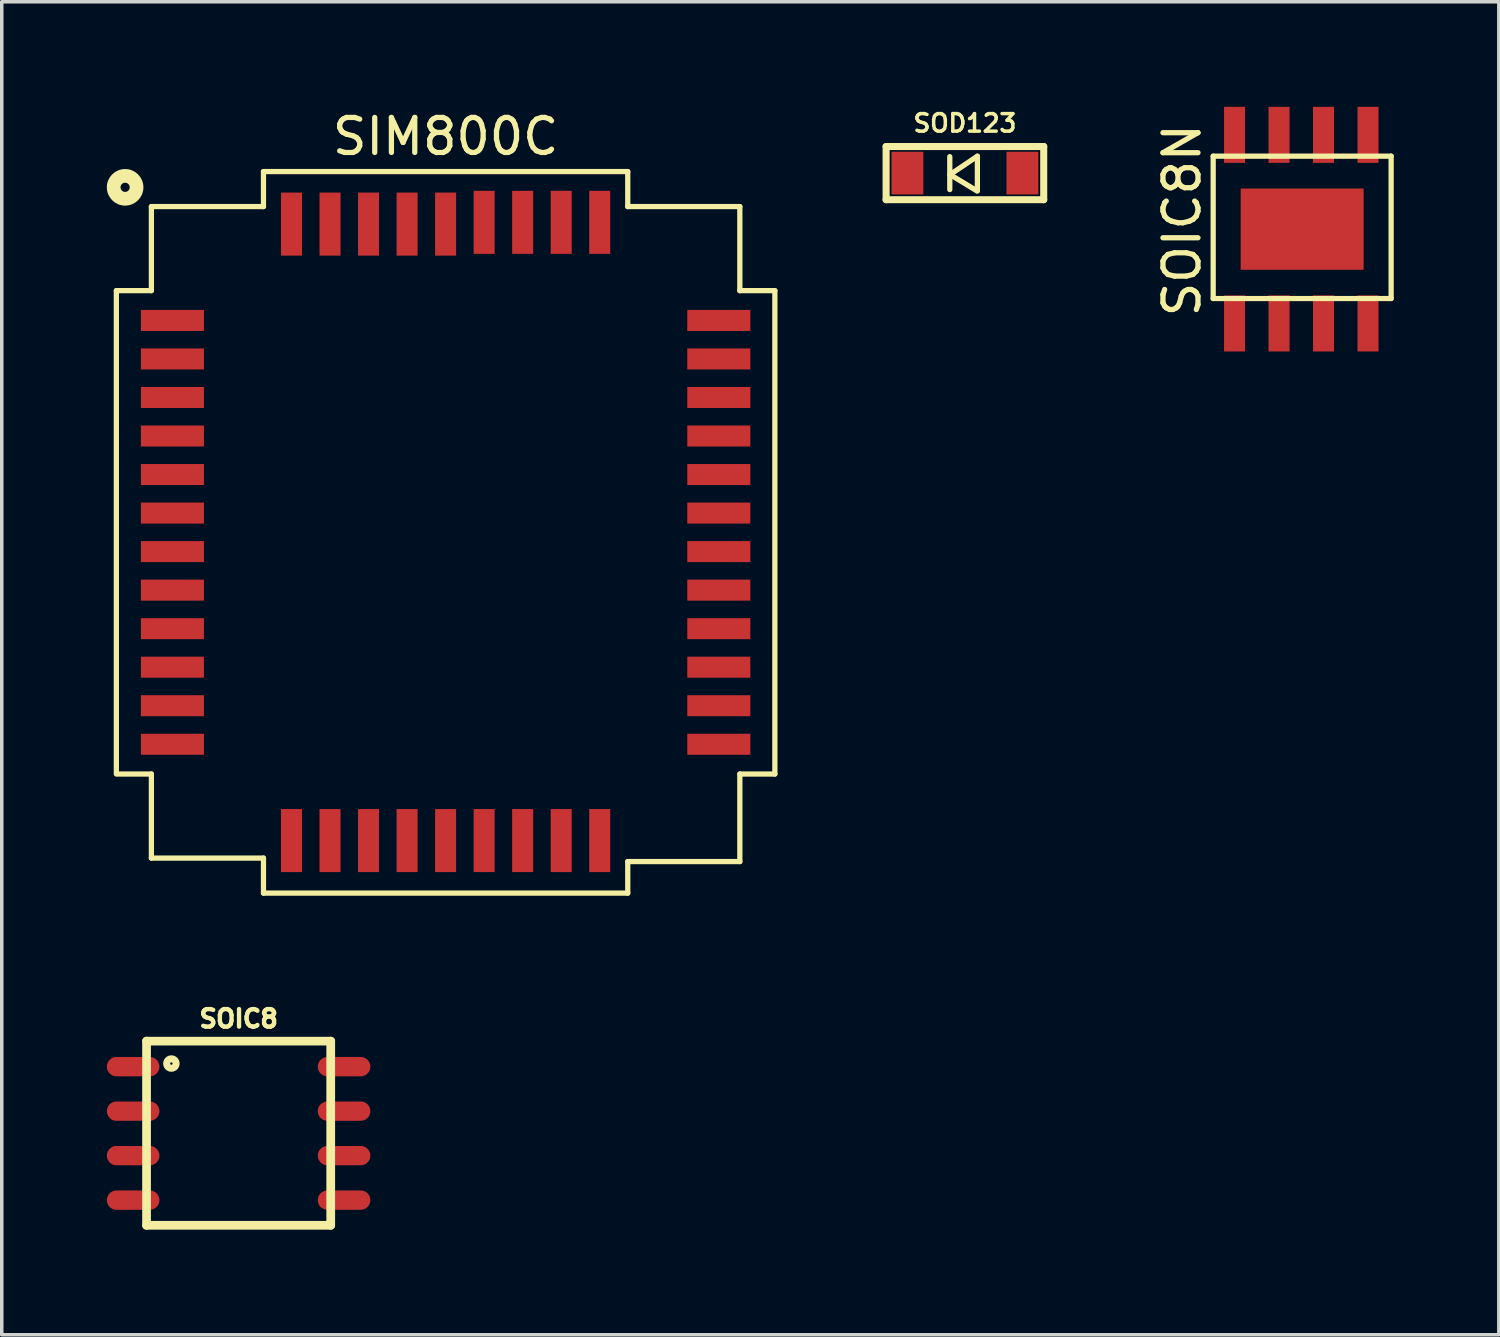
<source format=kicad_pcb>
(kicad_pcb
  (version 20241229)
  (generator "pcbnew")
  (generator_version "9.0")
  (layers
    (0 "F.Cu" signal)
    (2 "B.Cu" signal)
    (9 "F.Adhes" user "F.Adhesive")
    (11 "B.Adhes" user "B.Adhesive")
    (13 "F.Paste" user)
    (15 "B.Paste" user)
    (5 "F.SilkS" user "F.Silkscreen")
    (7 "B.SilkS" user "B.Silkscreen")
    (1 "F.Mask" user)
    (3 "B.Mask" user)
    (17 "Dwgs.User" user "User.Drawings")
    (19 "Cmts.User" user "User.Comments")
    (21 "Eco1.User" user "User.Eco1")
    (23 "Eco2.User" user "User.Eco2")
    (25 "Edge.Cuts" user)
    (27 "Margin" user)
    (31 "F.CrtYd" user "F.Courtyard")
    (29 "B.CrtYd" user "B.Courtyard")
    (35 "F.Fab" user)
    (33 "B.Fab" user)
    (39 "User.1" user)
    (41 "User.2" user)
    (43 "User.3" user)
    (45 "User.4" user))
  (footprint "SOD123"
    (layer "F.Cu")
    (at 24.498 1.892)
    (property "Reference" "SOD123" (at 0 -1.425 0) (layer "F.SilkS") (effects (font (size 0.5 0.5) (thickness 0.099))))
    (attr through_hole)
    (fp_line (start -2.25 -0.759) (end -2.25 0.759) (stroke (width 0.201) (type solid)) (layer "F.SilkS"))
    (fp_line (start -2.25 0.759) (end 2.25 0.759) (stroke (width 0.201) (type solid)) (layer "F.SilkS"))
    (fp_line (start -0.432 -0.47) (end -0.432 0.47) (stroke (width 0.15) (type solid)) (layer "F.SilkS"))
    (fp_line (start -0.381 0.013) (end 0.356 -0.483) (stroke (width 0.15) (type solid)) (layer "F.SilkS"))
    (fp_line (start 0.343 0.508) (end -0.432 0.038) (stroke (width 0.15) (type solid)) (layer "F.SilkS"))
    (fp_line (start 0.356 -0.483) (end 0.356 0.508) (stroke (width 0.15) (type solid)) (layer "F.SilkS"))
    (fp_line (start 2.25 -0.759) (end -2.25 -0.759) (stroke (width 0.201) (type solid)) (layer "F.SilkS"))
    (fp_line (start 2.25 0.759) (end 2.25 -0.759) (stroke (width 0.201) (type solid)) (layer "F.SilkS"))
    (pad "1" smd rect (at -1.641 0) (size 0.909 1.219) (layers "F.Cu" "F.Mask" "F.Paste"))
    (pad "2" smd rect (at 1.641 0) (size 0.909 1.219) (layers "F.Cu" "F.Mask" "F.Paste")))
  (footprint "SOIC8N"
    (layer "F.Cu")
    (at 34.126 3.492)
    (property "Reference" "SOIC8N" (at -3.429 -0.254 90) (layer "F.SilkS") (effects (font (size 1 1) (thickness 0.15))))
    (attr through_hole)
    (fp_line (start -2.54 -2.083) (end 2.54 -2.083) (stroke (width 0.15) (type solid)) (layer "F.SilkS"))
    (fp_line (start -2.54 1.981) (end -2.54 -2.083) (stroke (width 0.15) (type solid)) (layer "F.SilkS"))
    (fp_line (start 2.54 -2.083) (end 2.54 1.981) (stroke (width 0.15) (type solid)) (layer "F.SilkS"))
    (fp_line (start 2.54 1.981) (end -2.54 1.981) (stroke (width 0.15) (type solid)) (layer "F.SilkS"))
    (pad "1" smd rect (at -1.93 2.692) (size 0.6 1.6) (layers "F.Cu" "F.Mask" "F.Paste"))
    (pad "2" smd rect (at -0.66 2.692) (size 0.6 1.6) (layers "F.Cu" "F.Mask" "F.Paste"))
    (pad "3" smd rect (at 0.61 2.692) (size 0.6 1.6) (layers "F.Cu" "F.Mask" "F.Paste"))
    (pad "4" smd rect (at 0 0) (size 3.51 2.32) (layers "F.Cu" "F.Mask" "F.Paste"))
    (pad "4" smd rect (at 1.88 2.692) (size 0.6 1.6) (layers "F.Cu" "F.Mask" "F.Paste"))
    (pad "5" smd rect (at 1.88 -2.692) (size 0.6 1.6) (layers "F.Cu" "F.Mask" "F.Paste"))
    (pad "6" smd rect (at 0.61 -2.692) (size 0.6 1.6) (layers "F.Cu" "F.Mask" "F.Paste"))
    (pad "7" smd rect (at -0.66 -2.692) (size 0.6 1.6) (layers "F.Cu" "F.Mask" "F.Paste"))
    (pad "8" smd rect (at -1.93 -2.692) (size 0.6 1.6) (layers "F.Cu" "F.Mask" "F.Paste")))
  (footprint "SIM800C"
    (layer "F.Cu")
    (at 9.672 12.148)
    (property "Reference" "SIM800C" (at 0 -11.3 0) (layer "F.SilkS") (effects (font (size 1 1) (thickness 0.15))))
    (attr through_hole)
    (fp_line (start -9.4 -6.9) (end -8.4 -6.9) (stroke (width 0.15) (type solid)) (layer "F.SilkS"))
    (fp_line (start -9.4 6.9) (end -9.4 -6.9) (stroke (width 0.15) (type solid)) (layer "F.SilkS"))
    (fp_line (start -8.4 -9.3) (end -5.2 -9.3) (stroke (width 0.15) (type solid)) (layer "F.SilkS"))
    (fp_line (start -8.4 -6.9) (end -8.4 -9.3) (stroke (width 0.15) (type solid)) (layer "F.SilkS"))
    (fp_line (start -8.4 6.9) (end -9.35 6.9) (stroke (width 0.15) (type solid)) (layer "F.SilkS"))
    (fp_line (start -8.4 9.3) (end -8.4 6.9) (stroke (width 0.15) (type solid)) (layer "F.SilkS"))
    (fp_line (start -5.2 -10.3) (end 5.2 -10.3) (stroke (width 0.15) (type solid)) (layer "F.SilkS"))
    (fp_line (start -5.2 -9.3) (end -5.2 -10.3) (stroke (width 0.15) (type solid)) (layer "F.SilkS"))
    (fp_line (start -5.2 9.3) (end -8.4 9.3) (stroke (width 0.15) (type solid)) (layer "F.SilkS"))
    (fp_line (start -5.2 10.3) (end -5.2 9.3) (stroke (width 0.15) (type solid)) (layer "F.SilkS"))
    (fp_line (start 5.2 -10.3) (end 5.2 -9.3) (stroke (width 0.15) (type solid)) (layer "F.SilkS"))
    (fp_line (start 5.2 -9.3) (end 8.4 -9.3) (stroke (width 0.15) (type solid)) (layer "F.SilkS"))
    (fp_line (start 5.2 9.4) (end 8.4 9.4) (stroke (width 0.15) (type solid)) (layer "F.SilkS"))
    (fp_line (start 5.2 10.3) (end -5.2 10.3) (stroke (width 0.15) (type solid)) (layer "F.SilkS"))
    (fp_line (start 5.2 10.3) (end 5.2 9.4) (stroke (width 0.15) (type solid)) (layer "F.SilkS"))
    (fp_line (start 8.4 -9.3) (end 8.4 -6.9) (stroke (width 0.15) (type solid)) (layer "F.SilkS"))
    (fp_line (start 8.4 9.4) (end 8.4 6.9) (stroke (width 0.15) (type solid)) (layer "F.SilkS"))
    (fp_line (start 9.4 -6.9) (end 8.4 -6.9) (stroke (width 0.15) (type solid)) (layer "F.SilkS"))
    (fp_line (start 9.4 -6.9) (end 9.4 6.9) (stroke (width 0.15) (type solid)) (layer "F.SilkS"))
    (fp_line (start 9.4 6.9) (end 8.4 6.9) (stroke (width 0.15) (type solid)) (layer "F.SilkS"))
    (fp_circle (center -9.15 -9.85) (end -8.95 -9.8) (stroke (width 0.15) (type solid)) (fill no) (layer "F.SilkS"))
    (fp_circle (center -9.15 -9.85) (end -8.85 -9.75) (stroke (width 0.15) (type solid)) (fill no) (layer "F.SilkS"))
    (fp_circle (center -9.15 -9.85) (end -8.75 -9.65) (stroke (width 0.15) (type solid)) (fill no) (layer "F.SilkS"))
    (pad "1" smd rect (at -7.8 -6.05 90) (size 0.6 1.8) (layers "F.Cu" "F.Mask" "F.Paste"))
    (pad "2" smd rect (at -7.8 -4.95 90) (size 0.6 1.8) (layers "F.Cu" "F.Mask" "F.Paste"))
    (pad "3" smd rect (at -7.8 -3.85 90) (size 0.6 1.8) (layers "F.Cu" "F.Mask" "F.Paste"))
    (pad "4" smd rect (at -7.8 -2.75 90) (size 0.6 1.8) (layers "F.Cu" "F.Mask" "F.Paste"))
    (pad "5" smd rect (at -7.8 -1.65 90) (size 0.6 1.8) (layers "F.Cu" "F.Mask" "F.Paste"))
    (pad "6" smd rect (at -7.8 -0.55 90) (size 0.6 1.8) (layers "F.Cu" "F.Mask" "F.Paste"))
    (pad "7" smd rect (at -7.8 0.55 90) (size 0.6 1.8) (layers "F.Cu" "F.Mask" "F.Paste"))
    (pad "8" smd rect (at -7.8 1.65 90) (size 0.6 1.8) (layers "F.Cu" "F.Mask" "F.Paste"))
    (pad "9" smd rect (at -7.8 2.75 90) (size 0.6 1.8) (layers "F.Cu" "F.Mask" "F.Paste"))
    (pad "10" smd rect (at -7.8 3.85 90) (size 0.6 1.8) (layers "F.Cu" "F.Mask" "F.Paste"))
    (pad "11" smd rect (at -7.8 4.95 90) (size 0.6 1.8) (layers "F.Cu" "F.Mask" "F.Paste"))
    (pad "12" smd rect (at -7.8 6.05 90) (size 0.6 1.8) (layers "F.Cu" "F.Mask" "F.Paste"))
    (pad "13" smd rect (at -4.4 8.8 180) (size 0.6 1.8) (layers "F.Cu" "F.Mask" "F.Paste"))
    (pad "14" smd rect (at -3.3 8.8 180) (size 0.6 1.8) (layers "F.Cu" "F.Mask" "F.Paste"))
    (pad "15" smd rect (at -2.2 8.8 180) (size 0.6 1.8) (layers "F.Cu" "F.Mask" "F.Paste"))
    (pad "16" smd rect (at -1.1 8.8 180) (size 0.6 1.8) (layers "F.Cu" "F.Mask" "F.Paste"))
    (pad "17" smd rect (at 0 8.8 180) (size 0.6 1.8) (layers "F.Cu" "F.Mask" "F.Paste"))
    (pad "18" smd rect (at 1.1 8.8 180) (size 0.6 1.8) (layers "F.Cu" "F.Mask" "F.Paste"))
    (pad "19" smd rect (at 2.2 8.8 180) (size 0.6 1.8) (layers "F.Cu" "F.Mask" "F.Paste"))
    (pad "20" smd rect (at 3.3 8.8 180) (size 0.6 1.8) (layers "F.Cu" "F.Mask" "F.Paste"))
    (pad "21" smd rect (at 4.4 8.8 180) (size 0.6 1.8) (layers "F.Cu" "F.Mask" "F.Paste"))
    (pad "22" smd rect (at 7.8 6.05 90) (size 0.6 1.8) (layers "F.Cu" "F.Mask" "F.Paste"))
    (pad "23" smd rect (at 7.8 4.95 90) (size 0.6 1.8) (layers "F.Cu" "F.Mask" "F.Paste"))
    (pad "24" smd rect (at 7.8 3.85 90) (size 0.6 1.8) (layers "F.Cu" "F.Mask" "F.Paste"))
    (pad "25" smd rect (at 7.8 2.75 90) (size 0.6 1.8) (layers "F.Cu" "F.Mask" "F.Paste"))
    (pad "26" smd rect (at 7.8 1.65 90) (size 0.6 1.8) (layers "F.Cu" "F.Mask" "F.Paste"))
    (pad "27" smd rect (at 7.8 0.55 90) (size 0.6 1.8) (layers "F.Cu" "F.Mask" "F.Paste"))
    (pad "28" smd rect (at 7.8 -0.55 90) (size 0.6 1.8) (layers "F.Cu" "F.Mask" "F.Paste"))
    (pad "29" smd rect (at 7.8 -1.65 90) (size 0.6 1.8) (layers "F.Cu" "F.Mask" "F.Paste"))
    (pad "30" smd rect (at 7.8 -2.75 90) (size 0.6 1.8) (layers "F.Cu" "F.Mask" "F.Paste"))
    (pad "31" smd rect (at 7.8 -3.85 90) (size 0.6 1.8) (layers "F.Cu" "F.Mask" "F.Paste"))
    (pad "32" smd rect (at 7.8 -4.95 90) (size 0.6 1.8) (layers "F.Cu" "F.Mask" "F.Paste"))
    (pad "33" smd rect (at 7.8 -6.05 90) (size 0.6 1.8) (layers "F.Cu" "F.Mask" "F.Paste"))
    (pad "34" smd rect (at 4.4 -8.85 180) (size 0.6 1.8) (layers "F.Cu" "F.Mask" "F.Paste"))
    (pad "35" smd rect (at 3.3 -8.85 180) (size 0.6 1.8) (layers "F.Cu" "F.Mask" "F.Paste"))
    (pad "36" smd rect (at 2.2 -8.85 180) (size 0.6 1.8) (layers "F.Cu" "F.Mask" "F.Paste"))
    (pad "37" smd rect (at 1.1 -8.85 180) (size 0.6 1.8) (layers "F.Cu" "F.Mask" "F.Paste"))
    (pad "38" smd rect (at 0 -8.8 180) (size 0.6 1.8) (layers "F.Cu" "F.Mask" "F.Paste"))
    (pad "39" smd rect (at -1.1 -8.8 180) (size 0.6 1.8) (layers "F.Cu" "F.Mask" "F.Paste"))
    (pad "40" smd rect (at -2.2 -8.8 180) (size 0.6 1.8) (layers "F.Cu" "F.Mask" "F.Paste"))
    (pad "41" smd rect (at -3.3 -8.8 180) (size 0.6 1.8) (layers "F.Cu" "F.Mask" "F.Paste"))
    (pad "42" smd rect (at -4.4 -8.8 180) (size 0.6 1.8) (layers "F.Cu" "F.Mask" "F.Paste")))
  (footprint "SOIC8"
    (layer "F.Cu")
    (at 3.763 29.303)
    (property "Reference" "SOIC8" (at 0 -3.269 0) (layer "F.SilkS") (effects (font (size 0.5 0.5) (thickness 0.124))))
    (attr through_hole)
    (fp_line (start -2.629 -2.629) (end 2.629 -2.629) (stroke (width 0.249) (type solid)) (layer "F.SilkS"))
    (fp_line (start -2.629 2.629) (end -2.629 -2.629) (stroke (width 0.249) (type solid)) (layer "F.SilkS"))
    (fp_line (start 2.629 -2.629) (end 2.629 2.629) (stroke (width 0.249) (type solid)) (layer "F.SilkS"))
    (fp_line (start 2.629 2.629) (end -2.629 2.629) (stroke (width 0.249) (type solid)) (layer "F.SilkS"))
    (fp_circle (center -1.92 -1.989) (end -1.819 -1.9) (stroke (width 0.201) (type solid)) (fill no) (layer "F.SilkS"))
    (pad "1" smd oval (at -3.012 -1.9) (size 1.501 0.551) (layers "F.Cu" "F.Mask" "F.Paste"))
    (pad "2" smd oval (at -3.012 -0.63) (size 1.501 0.551) (layers "F.Cu" "F.Mask" "F.Paste"))
    (pad "3" smd oval (at -3.012 0.64) (size 1.501 0.551) (layers "F.Cu" "F.Mask" "F.Paste"))
    (pad "4" smd oval (at -3.012 1.91) (size 1.501 0.551) (layers "F.Cu" "F.Mask" "F.Paste"))
    (pad "5" smd oval (at 3.01 1.91) (size 1.501 0.551) (layers "F.Cu" "F.Mask" "F.Paste"))
    (pad "6" smd oval (at 3.01 0.64) (size 1.501 0.551) (layers "F.Cu" "F.Mask" "F.Paste"))
    (pad "7" smd oval (at 3.01 -0.63) (size 1.501 0.551) (layers "F.Cu" "F.Mask" "F.Paste"))
    (pad "8" smd oval (at 3.01 -1.9) (size 1.501 0.551) (layers "F.Cu" "F.Mask" "F.Paste")))
  (gr_rect
    (start -3 -3)
    (end 39.741 35.057)
    (stroke (width 0.1) (type default))
    (fill no)
    (layer "Edge.Cuts")))
</source>
